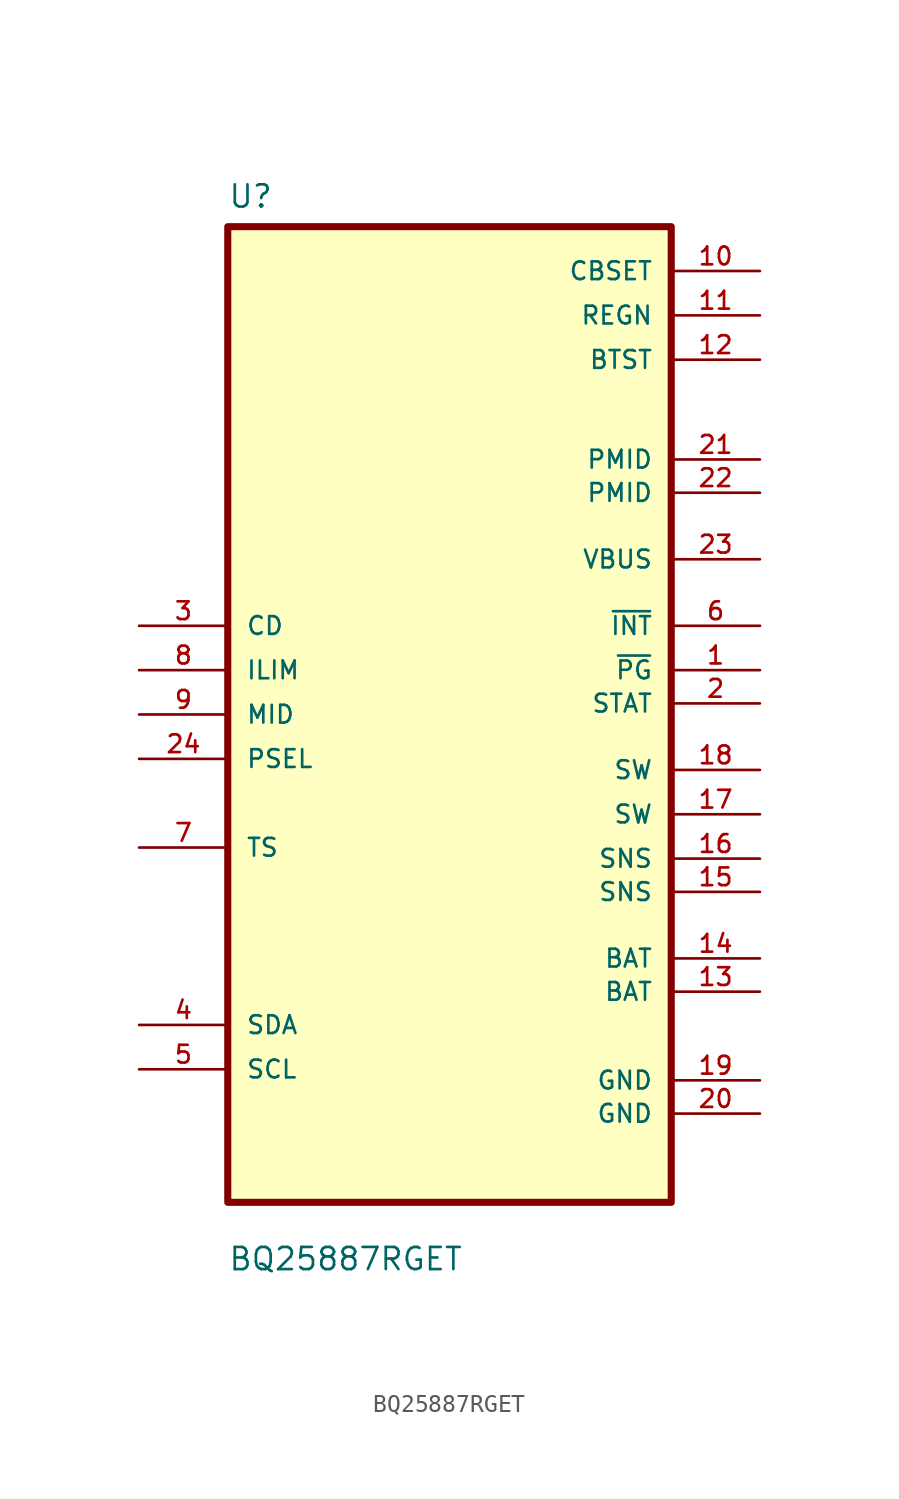
<source format=kicad_sym>
(kicad_symbol_lib
  (version 20201005)
  (generator kicad_symbol_editor)
  (symbol "BQ25887RGET:BQ25887RGET"
    (pin_names
      (offset 1.016))
    (property "Reference" "U"
      (at -12.7 28.931 0)
      (effects (font (size 1.27 1.27)) (justify left bottom)))
    (property "Value" "BQ25887RGET"
      (at -12.7 -31.928 0)
      (effects (font (size 1.27 1.27)) (justify left bottom)))
    (property "ki_locked" ""
      (at 0 0 0)
      (effects (font (size 1.27 1.27))))
    (symbol "BQ25887RGET_0_0"
      (rectangle (start -12.7 -27.94) (end 12.7 27.94) (stroke (width 0.406)) (fill (type background)))
      (pin output line (at 17.78 2.54 180) (length 5.08) (name "~PG" (effects (font (size 1.016 1.016)))) (number "1" (effects (font (size 1.016 1.016)))))
      (pin power_in line (at 17.78 25.4 180) (length 5.08) (name "CBSET" (effects (font (size 1.016 1.016)))) (number "10" (effects (font (size 1.016 1.016)))))
      (pin power_in line (at 17.78 22.86 180) (length 5.08) (name "REGN" (effects (font (size 1.016 1.016)))) (number "11" (effects (font (size 1.016 1.016)))))
      (pin power_in line (at 17.78 20.32 180) (length 5.08) (name "BTST" (effects (font (size 1.016 1.016)))) (number "12" (effects (font (size 1.016 1.016)))))
      (pin power_in line (at 17.78 -15.875 180) (length 5.08) (name "BAT" (effects (font (size 1.016 1.016)))) (number "13" (effects (font (size 1.016 1.016)))))
      (pin power_in line (at 17.78 -13.97 180) (length 5.08) (name "BAT" (effects (font (size 1.016 1.016)))) (number "14" (effects (font (size 1.016 1.016)))))
      (pin output line (at 17.78 -10.16 180) (length 5.08) (name "SNS" (effects (font (size 1.016 1.016)))) (number "15" (effects (font (size 1.016 1.016)))))
      (pin output line (at 17.78 -8.255 180) (length 5.08) (name "SNS" (effects (font (size 1.016 1.016)))) (number "16" (effects (font (size 1.016 1.016)))))
      (pin power_in line (at 17.78 -5.715 180) (length 5.08) (name "SW" (effects (font (size 1.016 1.016)))) (number "17" (effects (font (size 1.016 1.016)))))
      (pin power_in line (at 17.78 -3.175 180) (length 5.08) (name "SW" (effects (font (size 1.016 1.016)))) (number "18" (effects (font (size 1.016 1.016)))))
      (pin power_in line (at 17.78 -20.955 180) (length 5.08) (name "GND" (effects (font (size 1.016 1.016)))) (number "19" (effects (font (size 1.016 1.016)))))
      (pin output line (at 17.78 0.635 180) (length 5.08) (name "STAT" (effects (font (size 1.016 1.016)))) (number "2" (effects (font (size 1.016 1.016)))))
      (pin power_in line (at 17.78 -22.86 180) (length 5.08) (name "GND" (effects (font (size 1.016 1.016)))) (number "20" (effects (font (size 1.016 1.016)))))
      (pin power_in line (at 17.78 14.605 180) (length 5.08) (name "PMID" (effects (font (size 1.016 1.016)))) (number "21" (effects (font (size 1.016 1.016)))))
      (pin power_in line (at 17.78 12.7 180) (length 5.08) (name "PMID" (effects (font (size 1.016 1.016)))) (number "22" (effects (font (size 1.016 1.016)))))
      (pin power_in line (at 17.78 8.89 180) (length 5.08) (name "VBUS" (effects (font (size 1.016 1.016)))) (number "23" (effects (font (size 1.016 1.016)))))
      (pin input line (at -17.78 -2.54 0) (length 5.08) (name "PSEL" (effects (font (size 1.016 1.016)))) (number "24" (effects (font (size 1.016 1.016)))))
      (pin input line (at -17.78 5.08 0) (length 5.08) (name "CD" (effects (font (size 1.016 1.016)))) (number "3" (effects (font (size 1.016 1.016)))))
      (pin bidirectional line (at -17.78 -17.78 0) (length 5.08) (name "SDA" (effects (font (size 1.016 1.016)))) (number "4" (effects (font (size 1.016 1.016)))))
      (pin input line (at -17.78 -20.32 0) (length 5.08) (name "SCL" (effects (font (size 1.016 1.016)))) (number "5" (effects (font (size 1.016 1.016)))))
      (pin output line (at 17.78 5.08 180) (length 5.08) (name "~INT" (effects (font (size 1.016 1.016)))) (number "6" (effects (font (size 1.016 1.016)))))
      (pin input line (at -17.78 -7.62 0) (length 5.08) (name "TS" (effects (font (size 1.016 1.016)))) (number "7" (effects (font (size 1.016 1.016)))))
      (pin input line (at -17.78 2.54 0) (length 5.08) (name "ILIM" (effects (font (size 1.016 1.016)))) (number "8" (effects (font (size 1.016 1.016)))))
      (pin input line (at -17.78 0 0) (length 5.08) (name "MID" (effects (font (size 1.016 1.016)))) (number "9" (effects (font (size 1.016 1.016))))))))
</source>
